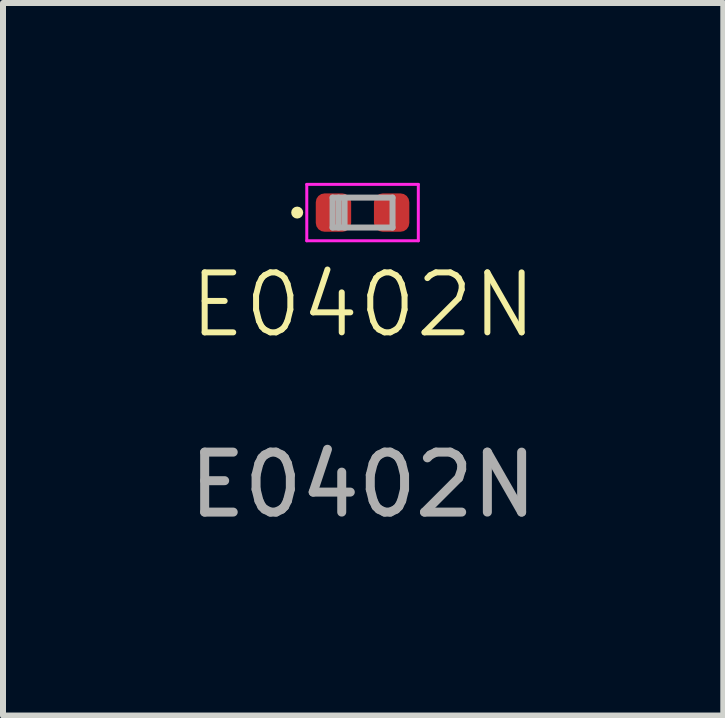
<source format=kicad_pcb>
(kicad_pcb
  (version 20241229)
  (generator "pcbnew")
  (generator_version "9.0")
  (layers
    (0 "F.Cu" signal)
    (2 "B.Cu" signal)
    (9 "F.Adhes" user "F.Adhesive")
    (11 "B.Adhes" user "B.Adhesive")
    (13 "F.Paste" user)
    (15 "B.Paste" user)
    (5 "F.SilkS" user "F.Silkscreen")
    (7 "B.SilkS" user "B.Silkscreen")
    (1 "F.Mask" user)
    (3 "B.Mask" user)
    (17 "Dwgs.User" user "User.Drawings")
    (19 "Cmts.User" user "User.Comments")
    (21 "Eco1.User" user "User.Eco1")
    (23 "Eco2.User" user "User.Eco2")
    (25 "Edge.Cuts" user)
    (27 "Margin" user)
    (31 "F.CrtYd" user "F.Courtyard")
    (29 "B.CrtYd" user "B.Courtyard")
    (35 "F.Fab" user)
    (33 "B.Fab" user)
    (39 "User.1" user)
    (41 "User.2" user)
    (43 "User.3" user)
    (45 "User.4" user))
  (footprint "E0402N"
    (layer "F.Cu")
    (at 3.006 2.535)
    (property "Reference" "E0402N" (at 0 -0.5 0) (unlocked yes) (layer "F.SilkS") (effects (font (size 1 1) (thickness 0.1))))
    (attr smd)
    (fp_circle (center -1.1 -2.04) (end -1.05 -2.04) (stroke (width 0.1) (type solid)) (fill no) (layer "F.SilkS"))
    (fp_line (start -0.94 -2.51) (end 0.92 -2.51) (stroke (width 0.05) (type solid)) (layer "F.CrtYd"))
    (fp_line (start -0.94 -1.57) (end -0.94 -2.51) (stroke (width 0.05) (type solid)) (layer "F.CrtYd"))
    (fp_line (start 0.92 -2.51) (end 0.92 -1.57) (stroke (width 0.05) (type solid)) (layer "F.CrtYd"))
    (fp_line (start 0.92 -1.57) (end -0.94 -1.57) (stroke (width 0.05) (type solid)) (layer "F.CrtYd"))
    (fp_line (start -0.51 -2.29) (end 0.49 -2.29) (stroke (width 0.1) (type solid)) (layer "F.Fab"))
    (fp_line (start -0.51 -1.79) (end -0.51 -2.29) (stroke (width 0.1) (type solid)) (layer "F.Fab"))
    (fp_line (start -0.41 -1.79) (end -0.41 -2.29) (stroke (width 0.1) (type solid)) (layer "F.Fab"))
    (fp_line (start -0.31 -1.79) (end -0.31 -2.29) (stroke (width 0.1) (type solid)) (layer "F.Fab"))
    (fp_line (start 0.49 -2.29) (end 0.49 -1.79) (stroke (width 0.1) (type solid)) (layer "F.Fab"))
    (fp_line (start 0.49 -1.79) (end -0.51 -1.79) (stroke (width 0.1) (type solid)) (layer "F.Fab"))
    (fp_text user "${REFERENCE}" (at 0 2.5 0) (unlocked yes) (layer "F.Fab") (effects (font (size 1 1) (thickness 0.15))))
    (pad "1" smd roundrect (at -0.495 -2.04) (size 0.59 0.64) (layers "F.Cu" "F.Mask" "F.Paste") (roundrect_rratio 0.25))
    (pad "2" smd roundrect (at 0.475 -2.04) (size 0.59 0.64) (layers "F.Cu" "F.Mask" "F.Paste") (roundrect_rratio 0.25)))
  (gr_rect
    (start -3 -3)
    (end 9.012 8.883)
    (stroke (width 0.1) (type default))
    (fill no)
    (layer "Edge.Cuts")))
</source>
